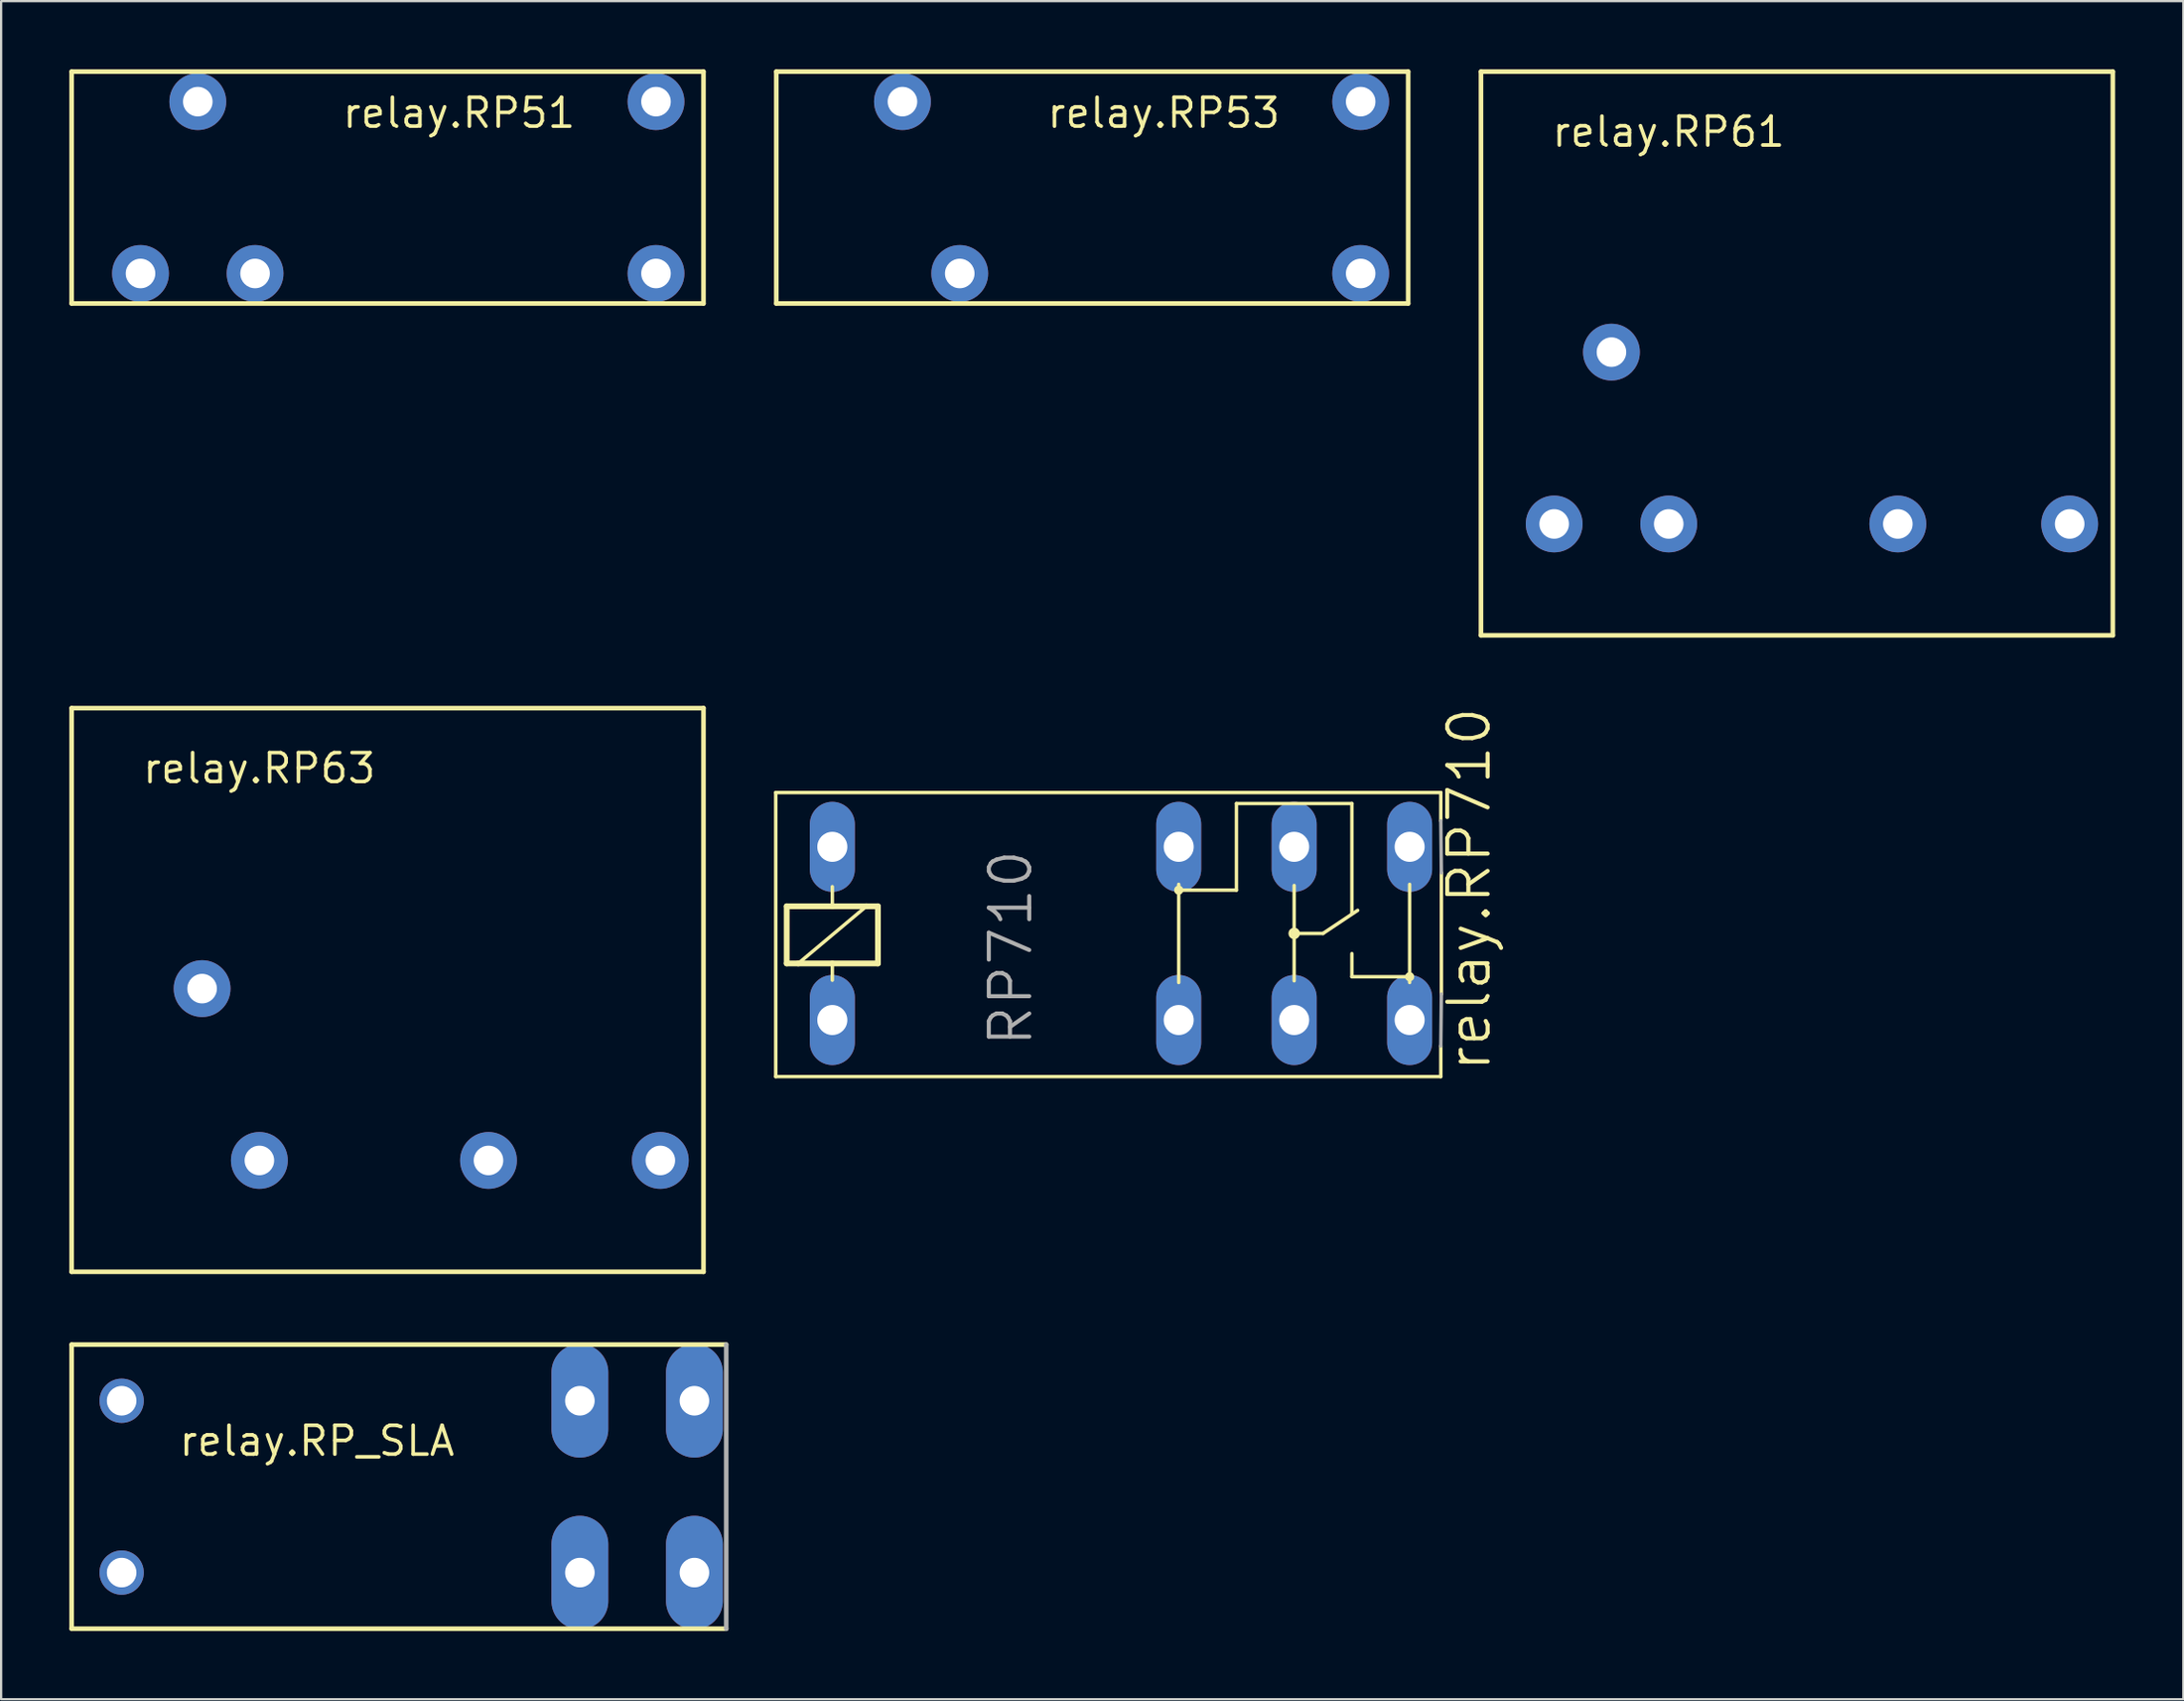
<source format=kicad_pcb>
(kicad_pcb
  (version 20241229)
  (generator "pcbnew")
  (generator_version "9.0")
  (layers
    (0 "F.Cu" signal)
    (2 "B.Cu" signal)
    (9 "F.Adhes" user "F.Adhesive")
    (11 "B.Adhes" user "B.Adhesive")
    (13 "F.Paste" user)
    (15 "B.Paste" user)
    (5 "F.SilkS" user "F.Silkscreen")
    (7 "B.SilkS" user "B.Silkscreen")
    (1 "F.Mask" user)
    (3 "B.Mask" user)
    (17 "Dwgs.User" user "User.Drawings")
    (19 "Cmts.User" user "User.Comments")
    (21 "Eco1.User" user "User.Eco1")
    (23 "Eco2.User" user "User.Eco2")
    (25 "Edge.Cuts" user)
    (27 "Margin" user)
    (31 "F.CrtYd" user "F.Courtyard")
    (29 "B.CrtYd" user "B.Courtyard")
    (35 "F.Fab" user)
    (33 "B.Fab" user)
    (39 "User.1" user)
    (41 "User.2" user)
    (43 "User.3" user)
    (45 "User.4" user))
  (footprint "relay.RP51"
    (layer "F.Cu")
    (at 14.472 5.202)
    (property "Reference" "relay.RP51" (at -2.54 -2.54 0) (layer "F.SilkS") (effects (font (size 1.27 1.27) (thickness 0.16)) (justify left bottom)))
    (attr through_hole)
    (fp_line (start -14.37 -5.1) (end 13.43 -5.1) (stroke (width 0.203) (type default)) (layer "F.SilkS"))
    (fp_line (start -14.37 5.1) (end -14.37 -5.1) (stroke (width 0.203) (type default)) (layer "F.SilkS"))
    (fp_line (start 13.43 -5.1) (end 13.43 5.1) (stroke (width 0.203) (type default)) (layer "F.SilkS"))
    (fp_line (start 13.43 5.1) (end -14.37 5.1) (stroke (width 0.203) (type default)) (layer "F.SilkS"))
    (pad "11" thru_hole circle (at -8.82 -3.78 180) (size 2.5 2.5) (drill 1.3) (layers "*.Cu" "*.Mask"))
    (pad "12" thru_hole circle (at -11.34 3.78 180) (size 2.5 2.5) (drill 1.3) (layers "*.Cu" "*.Mask"))
    (pad "14" thru_hole circle (at -6.3 3.78 180) (size 2.5 2.5) (drill 1.3) (layers "*.Cu" "*.Mask"))
    (pad "A1" thru_hole circle (at 11.34 -3.78 180) (size 2.5 2.5) (drill 1.3) (layers "*.Cu" "*.Mask"))
    (pad "A2" thru_hole circle (at 11.34 3.78 180) (size 2.5 2.5) (drill 1.3) (layers "*.Cu" "*.Mask")))
  (footprint "relay.RP61"
    (layer "F.Cu")
    (at 76.668 12.442)
    (property "Reference" "relay.RP61" (at -11.52 -8.95 0) (layer "F.SilkS") (effects (font (size 1.27 1.27) (thickness 0.16)) (justify left bottom)))
    (attr through_hole)
    (fp_line (start -14.56 -12.34) (end -14.56 12.46) (stroke (width 0.203) (type default)) (layer "F.SilkS"))
    (fp_line (start -14.56 12.46) (end 13.24 12.46) (stroke (width 0.203) (type default)) (layer "F.SilkS"))
    (fp_line (start 13.24 -12.34) (end -14.56 -12.34) (stroke (width 0.203) (type default)) (layer "F.SilkS"))
    (fp_line (start 13.24 12.46) (end 13.24 -12.34) (stroke (width 0.203) (type default)) (layer "F.SilkS"))
    (pad "11" thru_hole circle (at -8.82 0 180) (size 2.5 2.5) (drill 1.3) (layers "*.Cu" "*.Mask"))
    (pad "12" thru_hole circle (at -11.34 7.56 180) (size 2.5 2.5) (drill 1.3) (layers "*.Cu" "*.Mask"))
    (pad "14" thru_hole circle (at -6.3 7.56 180) (size 2.5 2.5) (drill 1.3) (layers "*.Cu" "*.Mask"))
    (pad "A1" thru_hole circle (at 11.34 7.56 180) (size 2.5 2.5) (drill 1.3) (layers "*.Cu" "*.Mask"))
    (pad "A2" thru_hole circle (at 3.78 7.56 180) (size 2.5 2.5) (drill 1.3) (layers "*.Cu" "*.Mask")))
  (footprint "relay.RP63"
    (layer "F.Cu")
    (at 14.662 40.445)
    (property "Reference" "relay.RP63" (at -11.52 -8.95 0) (layer "F.SilkS") (effects (font (size 1.27 1.27) (thickness 0.16)) (justify left bottom)))
    (attr through_hole)
    (fp_line (start -14.56 -12.34) (end -14.56 12.46) (stroke (width 0.203) (type default)) (layer "F.SilkS"))
    (fp_line (start -14.56 12.46) (end 13.24 12.46) (stroke (width 0.203) (type default)) (layer "F.SilkS"))
    (fp_line (start 13.24 -12.34) (end -14.56 -12.34) (stroke (width 0.203) (type default)) (layer "F.SilkS"))
    (fp_line (start 13.24 12.46) (end 13.24 -12.34) (stroke (width 0.203) (type default)) (layer "F.SilkS"))
    (pad "11" thru_hole circle (at -8.82 0 180) (size 2.5 2.5) (drill 1.3) (layers "*.Cu" "*.Mask"))
    (pad "14" thru_hole circle (at -6.3 7.56 180) (size 2.5 2.5) (drill 1.3) (layers "*.Cu" "*.Mask"))
    (pad "A1" thru_hole circle (at 11.34 7.56 180) (size 2.5 2.5) (drill 1.3) (layers "*.Cu" "*.Mask"))
    (pad "A2" thru_hole circle (at 3.78 7.56 180) (size 2.5 2.5) (drill 1.3) (layers "*.Cu" "*.Mask")))
  (footprint "relay.RP_SLA"
    (layer "F.Cu")
    (at 14.902 62.358)
    (property "Reference" "relay.RP_SLA" (at -10.16 -1.27 0) (layer "F.SilkS") (effects (font (size 1.27 1.27) (thickness 0.16)) (justify left bottom)))
    (attr through_hole)
    (fp_line (start -14.8 -6.25) (end 14 -6.25) (stroke (width 0.203) (type default)) (layer "F.SilkS"))
    (fp_line (start -14.8 6.25) (end -14.8 -6.25) (stroke (width 0.203) (type default)) (layer "F.SilkS"))
    (fp_line (start 14 6.25) (end -14.8 6.25) (stroke (width 0.203) (type default)) (layer "F.SilkS"))
    (fp_line (start 14 -6.25) (end 14 6.25) (stroke (width 0.203) (type default)) (layer "F.Fab"))
    (pad "11A" thru_hole oval (at 7.56 -3.78 90) (size 5 2.5) (drill 1.3) (layers "*.Cu" "*.Mask"))
    (pad "11B" thru_hole oval (at 7.56 3.78 90) (size 5 2.5) (drill 1.3) (layers "*.Cu" "*.Mask"))
    (pad "14A" thru_hole oval (at 12.6 -3.78 90) (size 5 2.5) (drill 1.3) (layers "*.Cu" "*.Mask"))
    (pad "14B" thru_hole oval (at 12.6 3.78 90) (size 5 2.5) (drill 1.3) (layers "*.Cu" "*.Mask"))
    (pad "A1" thru_hole circle (at -12.6 3.78) (size 1.95 1.95) (drill 1.3) (layers "*.Cu" "*.Mask"))
    (pad "A2" thru_hole circle (at -12.6 -3.78) (size 1.95 1.95) (drill 1.3) (layers "*.Cu" "*.Mask")))
  (footprint "relay.RP53"
    (layer "F.Cu")
    (at 45.475 5.202)
    (property "Reference" "relay.RP53" (at -2.54 -2.54 0) (layer "F.SilkS") (effects (font (size 1.27 1.27) (thickness 0.16)) (justify left bottom)))
    (attr through_hole)
    (fp_line (start -14.37 -5.1) (end 13.43 -5.1) (stroke (width 0.203) (type default)) (layer "F.SilkS"))
    (fp_line (start -14.37 5.1) (end -14.37 -5.1) (stroke (width 0.203) (type default)) (layer "F.SilkS"))
    (fp_line (start 13.43 -5.1) (end 13.43 5.1) (stroke (width 0.203) (type default)) (layer "F.SilkS"))
    (fp_line (start 13.43 5.1) (end -14.37 5.1) (stroke (width 0.203) (type default)) (layer "F.SilkS"))
    (pad "11" thru_hole circle (at -8.82 -3.78 180) (size 2.5 2.5) (drill 1.3) (layers "*.Cu" "*.Mask"))
    (pad "14" thru_hole circle (at -6.3 3.78 180) (size 2.5 2.5) (drill 1.3) (layers "*.Cu" "*.Mask"))
    (pad "A1" thru_hole circle (at 11.34 -3.78 180) (size 2.5 2.5) (drill 1.3) (layers "*.Cu" "*.Mask"))
    (pad "A2" thru_hole circle (at 11.34 3.78 180) (size 2.5 2.5) (drill 1.3) (layers "*.Cu" "*.Mask")))
  (footprint "relay.RP710"
    (layer "F.Cu")
    (at 37.379 38.017)
    (property "Reference" "relay.RP710" (at 25.248 6.172 90) (layer "F.SilkS") (effects (font (size 1.778 1.778) (thickness 0.18)) (justify left bottom)))
    (attr through_hole)
    (fp_line (start -6.299 -6.198) (end -6.299 6.299) (stroke (width 0.152) (type default)) (layer "F.SilkS"))
    (fp_line (start -6.299 6.299) (end 22.962 6.299) (stroke (width 0.152) (type default)) (layer "F.SilkS"))
    (fp_line (start -5.817 -1.194) (end -3.81 -1.194) (stroke (width 0.254) (type default)) (layer "F.SilkS"))
    (fp_line (start -5.817 1.321) (end -5.817 -1.194) (stroke (width 0.254) (type default)) (layer "F.SilkS"))
    (fp_line (start -5.309 1.321) (end -5.817 1.321) (stroke (width 0.254) (type default)) (layer "F.SilkS"))
    (fp_line (start -3.81 -2.057) (end -3.81 -1.194) (stroke (width 0.152) (type default)) (layer "F.SilkS"))
    (fp_line (start -3.81 -1.194) (end -2.311 -1.194) (stroke (width 0.254) (type default)) (layer "F.SilkS"))
    (fp_line (start -3.81 1.321) (end -5.309 1.321) (stroke (width 0.254) (type default)) (layer "F.SilkS"))
    (fp_line (start -3.81 1.321) (end -3.81 2.057) (stroke (width 0.152) (type default)) (layer "F.SilkS"))
    (fp_line (start -2.311 -1.194) (end -5.309 1.321) (stroke (width 0.152) (type default)) (layer "F.SilkS"))
    (fp_line (start -2.311 -1.194) (end -1.803 -1.194) (stroke (width 0.254) (type default)) (layer "F.SilkS"))
    (fp_line (start -1.803 -1.194) (end -1.803 1.321) (stroke (width 0.254) (type default)) (layer "F.SilkS"))
    (fp_line (start -1.803 1.321) (end -3.81 1.321) (stroke (width 0.254) (type default)) (layer "F.SilkS"))
    (fp_line (start 11.43 -2.159) (end 11.43 -1.905) (stroke (width 0.152) (type default)) (layer "F.SilkS"))
    (fp_line (start 11.43 -1.905) (end 11.43 2.159) (stroke (width 0.152) (type default)) (layer "F.SilkS"))
    (fp_line (start 13.97 -5.715) (end 13.97 -1.905) (stroke (width 0.152) (type default)) (layer "F.SilkS"))
    (fp_line (start 13.97 -5.715) (end 19.05 -5.715) (stroke (width 0.152) (type default)) (layer "F.SilkS"))
    (fp_line (start 13.97 -1.905) (end 11.43 -1.905) (stroke (width 0.152) (type default)) (layer "F.SilkS"))
    (fp_line (start 16.51 -2.108) (end 16.51 0) (stroke (width 0.152) (type default)) (layer "F.SilkS"))
    (fp_line (start 16.51 0) (end 16.51 2.083) (stroke (width 0.152) (type default)) (layer "F.SilkS"))
    (fp_line (start 16.51 0) (end 17.78 0) (stroke (width 0.152) (type default)) (layer "F.SilkS"))
    (fp_line (start 17.78 0) (end 19.304 -1.016) (stroke (width 0.152) (type default)) (layer "F.SilkS"))
    (fp_line (start 19.05 -0.889) (end 19.05 -5.715) (stroke (width 0.152) (type default)) (layer "F.SilkS"))
    (fp_line (start 19.05 1.905) (end 19.05 0.889) (stroke (width 0.152) (type default)) (layer "F.SilkS"))
    (fp_line (start 21.59 -2.159) (end 21.59 1.905) (stroke (width 0.152) (type default)) (layer "F.SilkS"))
    (fp_line (start 21.59 1.905) (end 19.05 1.905) (stroke (width 0.152) (type default)) (layer "F.SilkS"))
    (fp_line (start 21.59 1.905) (end 21.59 2.159) (stroke (width 0.152) (type default)) (layer "F.SilkS"))
    (fp_line (start 22.962 -6.198) (end -6.299 -6.198) (stroke (width 0.152) (type default)) (layer "F.SilkS"))
    (fp_line (start 22.962 -6.198) (end 22.962 -4.953) (stroke (width 0.152) (type default)) (layer "F.SilkS"))
    (fp_line (start 22.962 6.299) (end 22.962 4.953) (stroke (width 0.152) (type default)) (layer "F.SilkS"))
    (fp_line (start 22.987 -2.667) (end 22.987 2.667) (stroke (width 0.152) (type default)) (layer "F.SilkS"))
    (fp_circle (center 11.43 -1.905) (end 11.557 -1.905) (stroke (width 0.152) (type default)) (fill no) (layer "F.SilkS"))
    (fp_circle (center 16.51 0) (end 16.637 0) (stroke (width 0.254) (type default)) (fill no) (layer "F.SilkS"))
    (fp_circle (center 21.59 1.905) (end 21.717 1.905) (stroke (width 0.152) (type default)) (fill no) (layer "F.SilkS"))
    (fp_line (start 22.987 -2.667) (end 22.962 -4.953) (stroke (width 0.152) (type default)) (layer "F.Fab"))
    (fp_line (start 22.987 2.667) (end 22.962 4.953) (stroke (width 0.152) (type default)) (layer "F.Fab"))
    (fp_text user "RP710" (at 5.08 5.08 90) (layer "F.Fab") (effects (font (size 1.778 1.778) (thickness 0.18)) (justify left bottom)))
    (pad "1" thru_hole oval (at -3.81 -3.81 90) (size 3.962 1.981) (drill 1.321) (layers "*.Cu" "*.Mask"))
    (pad "2" thru_hole oval (at -3.81 3.81 90) (size 3.962 1.981) (drill 1.321) (layers "*.Cu" "*.Mask"))
    (pad "O0" thru_hole oval (at 11.43 -3.81 90) (size 3.962 1.981) (drill 1.321) (layers "*.Cu" "*.Mask"))
    (pad "O1" thru_hole oval (at 11.43 3.81 90) (size 3.962 1.981) (drill 1.321) (layers "*.Cu" "*.Mask"))
    (pad "P0" thru_hole oval (at 16.51 -3.81 90) (size 3.962 1.981) (drill 1.321) (layers "*.Cu" "*.Mask"))
    (pad "P1" thru_hole oval (at 16.51 3.81 90) (size 3.962 1.981) (drill 1.321) (layers "*.Cu" "*.Mask"))
    (pad "S0" thru_hole oval (at 21.59 -3.81 90) (size 3.962 1.981) (drill 1.321) (layers "*.Cu" "*.Mask"))
    (pad "S1" thru_hole oval (at 21.59 3.81 90) (size 3.962 1.981) (drill 1.321) (layers "*.Cu" "*.Mask")))
  (gr_rect
    (start -3 -3)
    (end 93.01 71.71)
    (stroke (width 0.1) (type default))
    (fill no)
    (layer "Edge.Cuts")))
</source>
